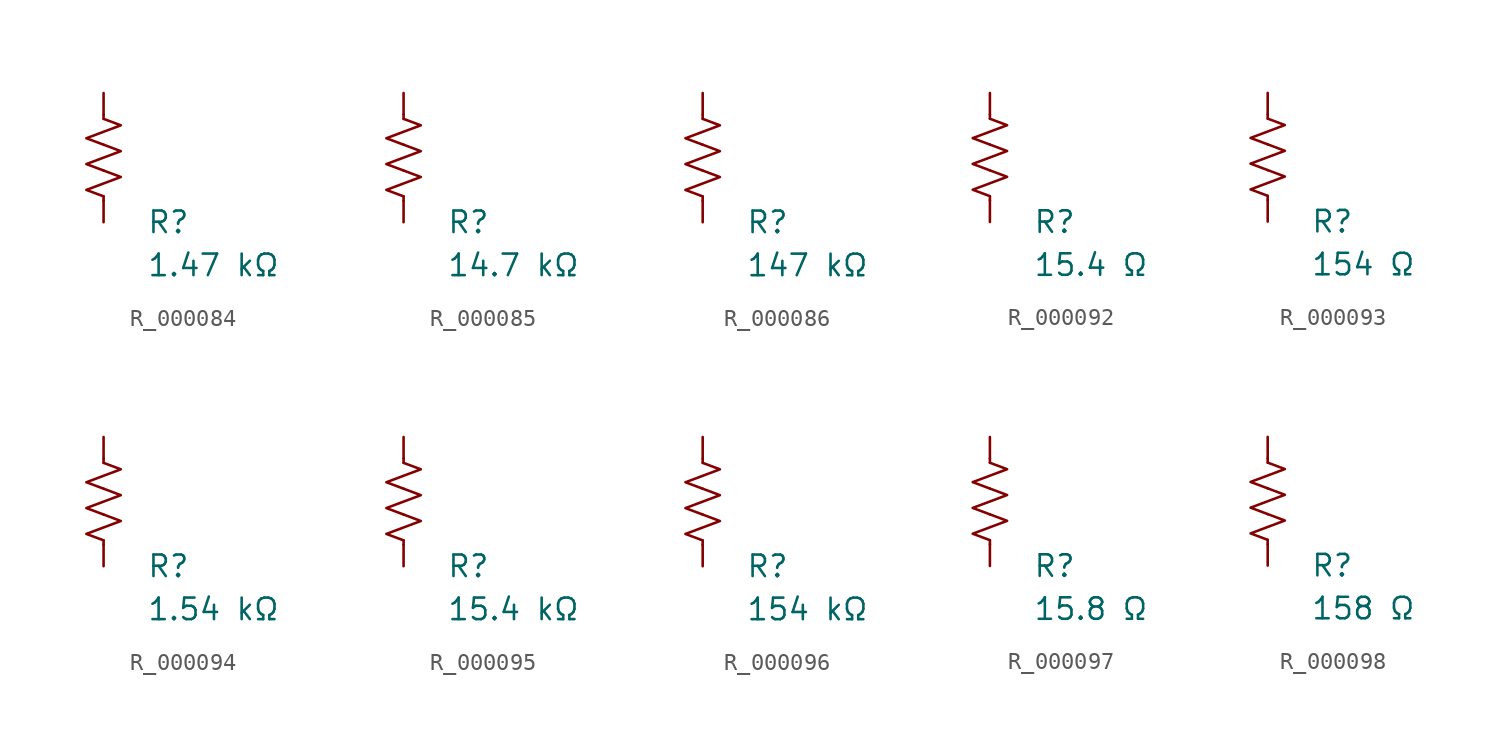
<source format=kicad_sym>
(kicad_symbol_lib
  (version 20231120)
  (generator "kicad_symbol_editor")
  (generator_version "8.0")
  (symbol "R_000084"
    (pin_numbers hide)
    (pin_names
      (offset 0))
    (property "Reference" "R"
      (at 2.54 -3.81 0)
      (effects (font (size 1.27 1.27)) (justify left))
      (show_name no))
    (property "Value" "1.47 kΩ"
      (at 2.54 -6.35 0)
      (effects (font (size 1.27 1.27)) (justify left))
      (show_name no))
    (symbol "R_000084_0_1"
      (polyline (pts (xy 0 -2.286) (xy 0 -2.54)) (stroke (width 0) (type default)) (fill (type none)))
      (polyline (pts (xy 0 2.286) (xy 0 2.54)) (stroke (width 0) (type default)) (fill (type none)))
      (polyline (pts (xy 0 -0.762) (xy 1.016 -1.143) (xy 0 -1.524) (xy -1.016 -1.905) (xy 0 -2.286)) (stroke (width 0) (type default)) (fill (type none)))
      (polyline (pts (xy 0 0.762) (xy 1.016 0.381) (xy 0 0) (xy -1.016 -0.381) (xy 0 -0.762)) (stroke (width 0) (type default)) (fill (type none)))
      (polyline (pts (xy 0 2.286) (xy 1.016 1.905) (xy 0 1.524) (xy -1.016 1.143) (xy 0 0.762)) (stroke (width 0) (type default)) (fill (type none))))
    (symbol "R_000084_1_1"
      (pin passive line (at 0 3.81 270) (length 1.27) (name "~" (effects (font (size 1.27 1.27)))) (number "1" (effects (font (size 1.27 1.27)))))
      (pin passive line (at 0 -3.81 90) (length 1.27) (name "~" (effects (font (size 1.27 1.27)))) (number "2" (effects (font (size 1.27 1.27)))))))
  (symbol "R_000085"
    (pin_numbers hide)
    (pin_names
      (offset 0))
    (property "Reference" "R"
      (at 2.54 -3.81 0)
      (effects (font (size 1.27 1.27)) (justify left))
      (show_name no))
    (property "Value" "14.7 kΩ"
      (at 2.54 -6.35 0)
      (effects (font (size 1.27 1.27)) (justify left))
      (show_name no))
    (symbol "R_000085_0_1"
      (polyline (pts (xy 0 -2.286) (xy 0 -2.54)) (stroke (width 0) (type default)) (fill (type none)))
      (polyline (pts (xy 0 2.286) (xy 0 2.54)) (stroke (width 0) (type default)) (fill (type none)))
      (polyline (pts (xy 0 -0.762) (xy 1.016 -1.143) (xy 0 -1.524) (xy -1.016 -1.905) (xy 0 -2.286)) (stroke (width 0) (type default)) (fill (type none)))
      (polyline (pts (xy 0 0.762) (xy 1.016 0.381) (xy 0 0) (xy -1.016 -0.381) (xy 0 -0.762)) (stroke (width 0) (type default)) (fill (type none)))
      (polyline (pts (xy 0 2.286) (xy 1.016 1.905) (xy 0 1.524) (xy -1.016 1.143) (xy 0 0.762)) (stroke (width 0) (type default)) (fill (type none))))
    (symbol "R_000085_1_1"
      (pin passive line (at 0 3.81 270) (length 1.27) (name "~" (effects (font (size 1.27 1.27)))) (number "1" (effects (font (size 1.27 1.27)))))
      (pin passive line (at 0 -3.81 90) (length 1.27) (name "~" (effects (font (size 1.27 1.27)))) (number "2" (effects (font (size 1.27 1.27)))))))
  (symbol "R_000086"
    (pin_numbers hide)
    (pin_names
      (offset 0))
    (property "Reference" "R"
      (at 2.54 -3.81 0)
      (effects (font (size 1.27 1.27)) (justify left))
      (show_name no))
    (property "Value" "147 kΩ"
      (at 2.54 -6.35 0)
      (effects (font (size 1.27 1.27)) (justify left))
      (show_name no))
    (symbol "R_000086_0_1"
      (polyline (pts (xy 0 -2.286) (xy 0 -2.54)) (stroke (width 0) (type default)) (fill (type none)))
      (polyline (pts (xy 0 2.286) (xy 0 2.54)) (stroke (width 0) (type default)) (fill (type none)))
      (polyline (pts (xy 0 -0.762) (xy 1.016 -1.143) (xy 0 -1.524) (xy -1.016 -1.905) (xy 0 -2.286)) (stroke (width 0) (type default)) (fill (type none)))
      (polyline (pts (xy 0 0.762) (xy 1.016 0.381) (xy 0 0) (xy -1.016 -0.381) (xy 0 -0.762)) (stroke (width 0) (type default)) (fill (type none)))
      (polyline (pts (xy 0 2.286) (xy 1.016 1.905) (xy 0 1.524) (xy -1.016 1.143) (xy 0 0.762)) (stroke (width 0) (type default)) (fill (type none))))
    (symbol "R_000086_1_1"
      (pin passive line (at 0 3.81 270) (length 1.27) (name "~" (effects (font (size 1.27 1.27)))) (number "1" (effects (font (size 1.27 1.27)))))
      (pin passive line (at 0 -3.81 90) (length 1.27) (name "~" (effects (font (size 1.27 1.27)))) (number "2" (effects (font (size 1.27 1.27)))))))
  (symbol "R_000092"
    (pin_numbers hide)
    (pin_names
      (offset 0))
    (property "Reference" "R"
      (at 2.54 -3.81 0)
      (effects (font (size 1.27 1.27)) (justify left))
      (show_name no))
    (property "Value" "15.4 Ω"
      (at 2.54 -6.35 0)
      (effects (font (size 1.27 1.27)) (justify left))
      (show_name no))
    (symbol "R_000092_0_1"
      (polyline (pts (xy 0 -2.286) (xy 0 -2.54)) (stroke (width 0) (type default)) (fill (type none)))
      (polyline (pts (xy 0 2.286) (xy 0 2.54)) (stroke (width 0) (type default)) (fill (type none)))
      (polyline (pts (xy 0 -0.762) (xy 1.016 -1.143) (xy 0 -1.524) (xy -1.016 -1.905) (xy 0 -2.286)) (stroke (width 0) (type default)) (fill (type none)))
      (polyline (pts (xy 0 0.762) (xy 1.016 0.381) (xy 0 0) (xy -1.016 -0.381) (xy 0 -0.762)) (stroke (width 0) (type default)) (fill (type none)))
      (polyline (pts (xy 0 2.286) (xy 1.016 1.905) (xy 0 1.524) (xy -1.016 1.143) (xy 0 0.762)) (stroke (width 0) (type default)) (fill (type none))))
    (symbol "R_000092_1_1"
      (pin passive line (at 0 3.81 270) (length 1.27) (name "~" (effects (font (size 1.27 1.27)))) (number "1" (effects (font (size 1.27 1.27)))))
      (pin passive line (at 0 -3.81 90) (length 1.27) (name "~" (effects (font (size 1.27 1.27)))) (number "2" (effects (font (size 1.27 1.27)))))))
  (symbol "R_000093"
    (pin_numbers hide)
    (pin_names
      (offset 0))
    (property "Reference" "R"
      (at 2.54 -3.81 0)
      (effects (font (size 1.27 1.27)) (justify left))
      (show_name no))
    (property "Value" "154 Ω"
      (at 2.54 -6.35 0)
      (effects (font (size 1.27 1.27)) (justify left))
      (show_name no))
    (symbol "R_000093_0_1"
      (polyline (pts (xy 0 -2.286) (xy 0 -2.54)) (stroke (width 0) (type default)) (fill (type none)))
      (polyline (pts (xy 0 2.286) (xy 0 2.54)) (stroke (width 0) (type default)) (fill (type none)))
      (polyline (pts (xy 0 -0.762) (xy 1.016 -1.143) (xy 0 -1.524) (xy -1.016 -1.905) (xy 0 -2.286)) (stroke (width 0) (type default)) (fill (type none)))
      (polyline (pts (xy 0 0.762) (xy 1.016 0.381) (xy 0 0) (xy -1.016 -0.381) (xy 0 -0.762)) (stroke (width 0) (type default)) (fill (type none)))
      (polyline (pts (xy 0 2.286) (xy 1.016 1.905) (xy 0 1.524) (xy -1.016 1.143) (xy 0 0.762)) (stroke (width 0) (type default)) (fill (type none))))
    (symbol "R_000093_1_1"
      (pin passive line (at 0 3.81 270) (length 1.27) (name "~" (effects (font (size 1.27 1.27)))) (number "1" (effects (font (size 1.27 1.27)))))
      (pin passive line (at 0 -3.81 90) (length 1.27) (name "~" (effects (font (size 1.27 1.27)))) (number "2" (effects (font (size 1.27 1.27)))))))
  (symbol "R_000094"
    (pin_numbers hide)
    (pin_names
      (offset 0))
    (property "Reference" "R"
      (at 2.54 -3.81 0)
      (effects (font (size 1.27 1.27)) (justify left))
      (show_name no))
    (property "Value" "1.54 kΩ"
      (at 2.54 -6.35 0)
      (effects (font (size 1.27 1.27)) (justify left))
      (show_name no))
    (symbol "R_000094_0_1"
      (polyline (pts (xy 0 -2.286) (xy 0 -2.54)) (stroke (width 0) (type default)) (fill (type none)))
      (polyline (pts (xy 0 2.286) (xy 0 2.54)) (stroke (width 0) (type default)) (fill (type none)))
      (polyline (pts (xy 0 -0.762) (xy 1.016 -1.143) (xy 0 -1.524) (xy -1.016 -1.905) (xy 0 -2.286)) (stroke (width 0) (type default)) (fill (type none)))
      (polyline (pts (xy 0 0.762) (xy 1.016 0.381) (xy 0 0) (xy -1.016 -0.381) (xy 0 -0.762)) (stroke (width 0) (type default)) (fill (type none)))
      (polyline (pts (xy 0 2.286) (xy 1.016 1.905) (xy 0 1.524) (xy -1.016 1.143) (xy 0 0.762)) (stroke (width 0) (type default)) (fill (type none))))
    (symbol "R_000094_1_1"
      (pin passive line (at 0 3.81 270) (length 1.27) (name "~" (effects (font (size 1.27 1.27)))) (number "1" (effects (font (size 1.27 1.27)))))
      (pin passive line (at 0 -3.81 90) (length 1.27) (name "~" (effects (font (size 1.27 1.27)))) (number "2" (effects (font (size 1.27 1.27)))))))
  (symbol "R_000095"
    (pin_numbers hide)
    (pin_names
      (offset 0))
    (property "Reference" "R"
      (at 2.54 -3.81 0)
      (effects (font (size 1.27 1.27)) (justify left))
      (show_name no))
    (property "Value" "15.4 kΩ"
      (at 2.54 -6.35 0)
      (effects (font (size 1.27 1.27)) (justify left))
      (show_name no))
    (symbol "R_000095_0_1"
      (polyline (pts (xy 0 -2.286) (xy 0 -2.54)) (stroke (width 0) (type default)) (fill (type none)))
      (polyline (pts (xy 0 2.286) (xy 0 2.54)) (stroke (width 0) (type default)) (fill (type none)))
      (polyline (pts (xy 0 -0.762) (xy 1.016 -1.143) (xy 0 -1.524) (xy -1.016 -1.905) (xy 0 -2.286)) (stroke (width 0) (type default)) (fill (type none)))
      (polyline (pts (xy 0 0.762) (xy 1.016 0.381) (xy 0 0) (xy -1.016 -0.381) (xy 0 -0.762)) (stroke (width 0) (type default)) (fill (type none)))
      (polyline (pts (xy 0 2.286) (xy 1.016 1.905) (xy 0 1.524) (xy -1.016 1.143) (xy 0 0.762)) (stroke (width 0) (type default)) (fill (type none))))
    (symbol "R_000095_1_1"
      (pin passive line (at 0 3.81 270) (length 1.27) (name "~" (effects (font (size 1.27 1.27)))) (number "1" (effects (font (size 1.27 1.27)))))
      (pin passive line (at 0 -3.81 90) (length 1.27) (name "~" (effects (font (size 1.27 1.27)))) (number "2" (effects (font (size 1.27 1.27)))))))
  (symbol "R_000096"
    (pin_numbers hide)
    (pin_names
      (offset 0))
    (property "Reference" "R"
      (at 2.54 -3.81 0)
      (effects (font (size 1.27 1.27)) (justify left))
      (show_name no))
    (property "Value" "154 kΩ"
      (at 2.54 -6.35 0)
      (effects (font (size 1.27 1.27)) (justify left))
      (show_name no))
    (symbol "R_000096_0_1"
      (polyline (pts (xy 0 -2.286) (xy 0 -2.54)) (stroke (width 0) (type default)) (fill (type none)))
      (polyline (pts (xy 0 2.286) (xy 0 2.54)) (stroke (width 0) (type default)) (fill (type none)))
      (polyline (pts (xy 0 -0.762) (xy 1.016 -1.143) (xy 0 -1.524) (xy -1.016 -1.905) (xy 0 -2.286)) (stroke (width 0) (type default)) (fill (type none)))
      (polyline (pts (xy 0 0.762) (xy 1.016 0.381) (xy 0 0) (xy -1.016 -0.381) (xy 0 -0.762)) (stroke (width 0) (type default)) (fill (type none)))
      (polyline (pts (xy 0 2.286) (xy 1.016 1.905) (xy 0 1.524) (xy -1.016 1.143) (xy 0 0.762)) (stroke (width 0) (type default)) (fill (type none))))
    (symbol "R_000096_1_1"
      (pin passive line (at 0 3.81 270) (length 1.27) (name "~" (effects (font (size 1.27 1.27)))) (number "1" (effects (font (size 1.27 1.27)))))
      (pin passive line (at 0 -3.81 90) (length 1.27) (name "~" (effects (font (size 1.27 1.27)))) (number "2" (effects (font (size 1.27 1.27)))))))
  (symbol "R_000097"
    (pin_numbers hide)
    (pin_names
      (offset 0))
    (property "Reference" "R"
      (at 2.54 -3.81 0)
      (effects (font (size 1.27 1.27)) (justify left))
      (show_name no))
    (property "Value" "15.8 Ω"
      (at 2.54 -6.35 0)
      (effects (font (size 1.27 1.27)) (justify left))
      (show_name no))
    (symbol "R_000097_0_1"
      (polyline (pts (xy 0 -2.286) (xy 0 -2.54)) (stroke (width 0) (type default)) (fill (type none)))
      (polyline (pts (xy 0 2.286) (xy 0 2.54)) (stroke (width 0) (type default)) (fill (type none)))
      (polyline (pts (xy 0 -0.762) (xy 1.016 -1.143) (xy 0 -1.524) (xy -1.016 -1.905) (xy 0 -2.286)) (stroke (width 0) (type default)) (fill (type none)))
      (polyline (pts (xy 0 0.762) (xy 1.016 0.381) (xy 0 0) (xy -1.016 -0.381) (xy 0 -0.762)) (stroke (width 0) (type default)) (fill (type none)))
      (polyline (pts (xy 0 2.286) (xy 1.016 1.905) (xy 0 1.524) (xy -1.016 1.143) (xy 0 0.762)) (stroke (width 0) (type default)) (fill (type none))))
    (symbol "R_000097_1_1"
      (pin passive line (at 0 3.81 270) (length 1.27) (name "~" (effects (font (size 1.27 1.27)))) (number "1" (effects (font (size 1.27 1.27)))))
      (pin passive line (at 0 -3.81 90) (length 1.27) (name "~" (effects (font (size 1.27 1.27)))) (number "2" (effects (font (size 1.27 1.27)))))))
  (symbol "R_000098"
    (pin_numbers hide)
    (pin_names
      (offset 0))
    (property "Reference" "R"
      (at 2.54 -3.81 0)
      (effects (font (size 1.27 1.27)) (justify left))
      (show_name no))
    (property "Value" "158 Ω"
      (at 2.54 -6.35 0)
      (effects (font (size 1.27 1.27)) (justify left))
      (show_name no))
    (symbol "R_000098_0_1"
      (polyline (pts (xy 0 -2.286) (xy 0 -2.54)) (stroke (width 0) (type default)) (fill (type none)))
      (polyline (pts (xy 0 2.286) (xy 0 2.54)) (stroke (width 0) (type default)) (fill (type none)))
      (polyline (pts (xy 0 -0.762) (xy 1.016 -1.143) (xy 0 -1.524) (xy -1.016 -1.905) (xy 0 -2.286)) (stroke (width 0) (type default)) (fill (type none)))
      (polyline (pts (xy 0 0.762) (xy 1.016 0.381) (xy 0 0) (xy -1.016 -0.381) (xy 0 -0.762)) (stroke (width 0) (type default)) (fill (type none)))
      (polyline (pts (xy 0 2.286) (xy 1.016 1.905) (xy 0 1.524) (xy -1.016 1.143) (xy 0 0.762)) (stroke (width 0) (type default)) (fill (type none))))
    (symbol "R_000098_1_1"
      (pin passive line (at 0 3.81 270) (length 1.27) (name "~" (effects (font (size 1.27 1.27)))) (number "1" (effects (font (size 1.27 1.27)))))
      (pin passive line (at 0 -3.81 90) (length 1.27) (name "~" (effects (font (size 1.27 1.27)))) (number "2" (effects (font (size 1.27 1.27))))))))
</source>
